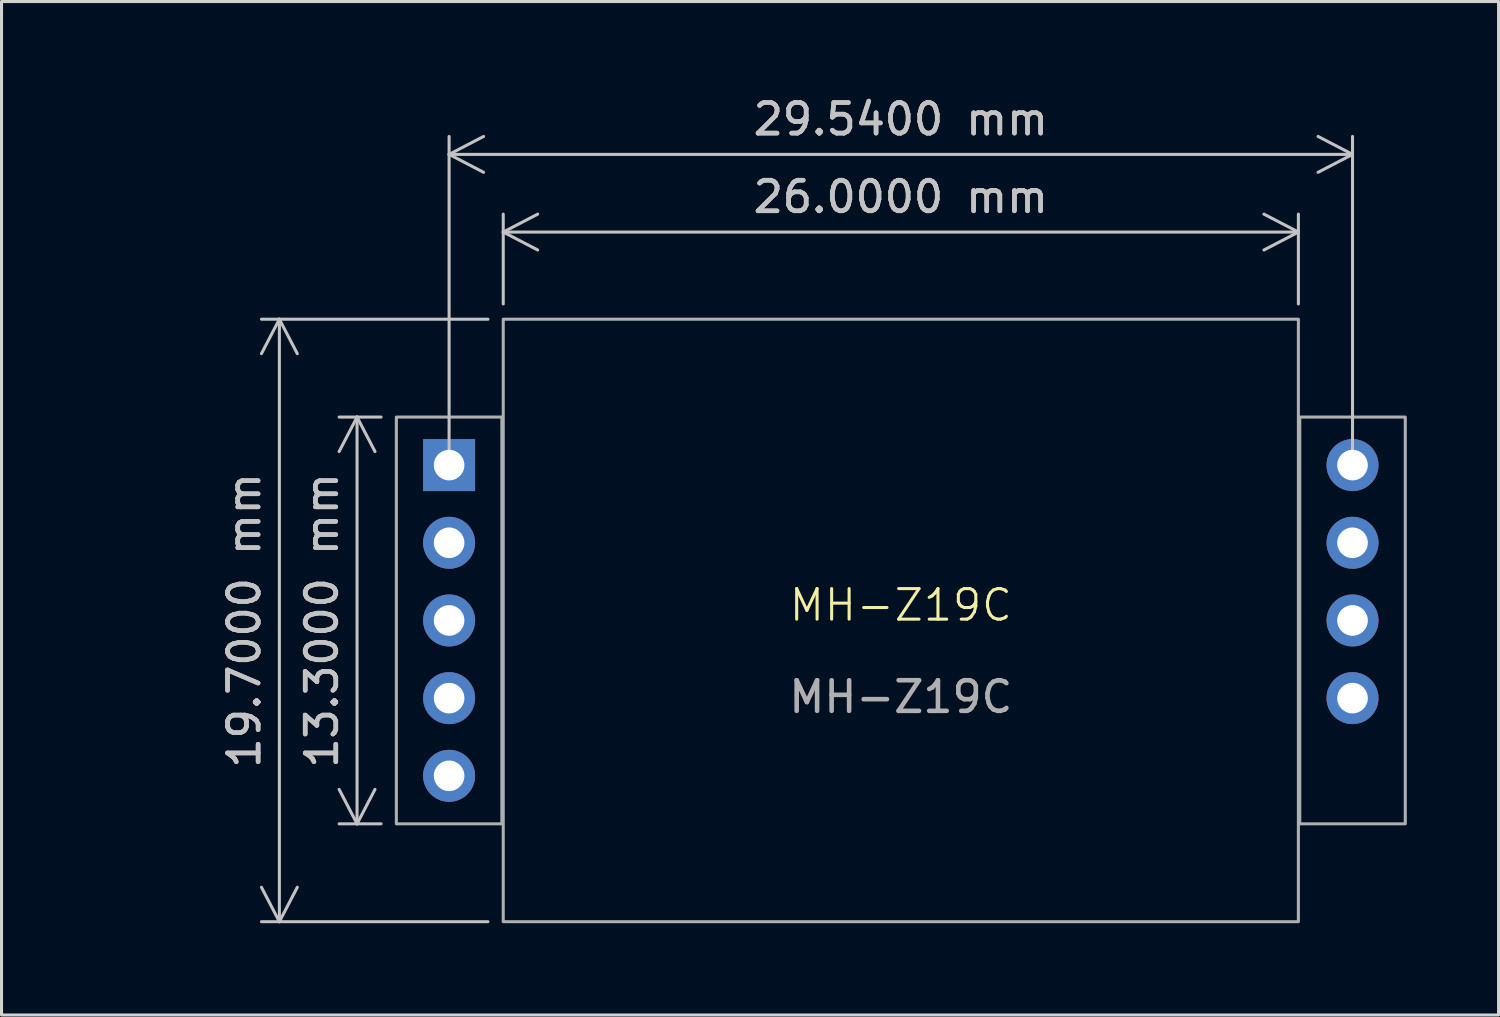
<source format=kicad_pcb>
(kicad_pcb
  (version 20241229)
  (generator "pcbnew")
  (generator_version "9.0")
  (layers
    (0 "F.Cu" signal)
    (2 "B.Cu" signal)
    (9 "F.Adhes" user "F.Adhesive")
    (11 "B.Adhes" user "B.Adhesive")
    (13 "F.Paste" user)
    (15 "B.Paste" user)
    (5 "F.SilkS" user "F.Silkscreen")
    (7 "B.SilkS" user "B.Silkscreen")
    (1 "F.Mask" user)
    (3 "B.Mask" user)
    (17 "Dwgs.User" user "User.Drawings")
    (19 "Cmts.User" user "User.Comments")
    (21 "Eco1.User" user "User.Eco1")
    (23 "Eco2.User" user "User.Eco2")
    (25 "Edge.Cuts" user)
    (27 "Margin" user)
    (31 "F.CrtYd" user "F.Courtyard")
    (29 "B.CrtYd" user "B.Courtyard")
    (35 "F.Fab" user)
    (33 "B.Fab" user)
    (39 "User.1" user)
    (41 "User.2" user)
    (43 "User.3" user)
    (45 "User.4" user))
  (footprint "MH-Z19C"
    (layer "F.Cu")
    (at 26.405 17.238)
    (property "Reference" "MH-Z19C" (at 0 -0.5 0) (unlocked yes) (layer "F.SilkS") (effects (font (size 1 1) (thickness 0.1))))
    (attr through_hole)
    (fp_rect (start -16.495 -6.65) (end -13.045 6.65) (stroke (width 0.1) (type default)) (fill no) (layer "F.Fab"))
    (fp_rect (start -13 -9.85) (end 13 9.85) (stroke (width 0.1) (type default)) (fill no) (layer "F.Fab"))
    (fp_rect (start 13.045 -6.65) (end 16.495 6.65) (stroke (width 0.1) (type default)) (fill no) (layer "F.Fab"))
    (fp_text user "${REFERENCE}" (at 0 2.5 0) (unlocked yes) (layer "F.Fab") (effects (font (size 1 1) (thickness 0.15))))
    (dimension (type aligned) (layer "Dwgs.User") (pts (xy 13.405 7.388) (xy 39.405 7.388)) (height -2.85) (format (prefix "") (suffix "") (units 3) (units_format 1) (precision 4)) (style (thickness 0.1) (arrow_length 1.27) (text_position_mode 0) (arrow_direction outward) (extension_height 0.586) (extension_offset 0.5) (keep_text_aligned yes)) (gr_text "26.0000 mm" (at 26.405 3.388 0) (layer "Dwgs.User") (effects (font (size 1 1) (thickness 0.15)))))
    (dimension (type aligned) (layer "Dwgs.User") (pts (xy 9.91 10.588) (xy 9.91 23.888)) (height 1.285) (format (prefix "") (suffix "") (units 3) (units_format 1) (precision 4)) (style (thickness 0.1) (arrow_length 1.27) (text_position_mode 0) (arrow_direction outward) (extension_height 0.586) (extension_offset 0.5) (keep_text_aligned yes)) (gr_text "13.3000 mm" (at 7.475 17.238 90) (layer "Dwgs.User") (effects (font (size 1 1) (thickness 0.15)))))
    (dimension (type aligned) (layer "Dwgs.User") (pts (xy 13.405 7.388) (xy 13.405 27.088)) (height 7.32) (format (prefix "") (suffix "") (units 3) (units_format 1) (precision 4)) (style (thickness 0.1) (arrow_length 1.27) (text_position_mode 0) (arrow_direction outward) (extension_height 0.586) (extension_offset 0.5) (keep_text_aligned yes)) (gr_text "19.7000 mm" (at 4.935 17.238 90) (layer "Dwgs.User") (effects (font (size 1 1) (thickness 0.15)))))
    (dimension (type aligned) (layer "Dwgs.User") (pts (xy 11.635 12.158) (xy 41.175 12.158)) (height -10.16) (format (prefix "") (suffix "") (units 3) (units_format 1) (precision 4)) (style (thickness 0.1) (arrow_length 1.27) (text_position_mode 0) (arrow_direction outward) (extension_height 0.586) (extension_offset 0.5) (keep_text_aligned yes)) (gr_text "29.5400 mm" (at 26.405 0.848 0) (layer "Dwgs.User") (effects (font (size 1 1) (thickness 0.15)))))
    (pad "1" thru_hole rect (at -14.77 -5.08) (size 1.7 1.7) (drill 1) (layers "*.Cu" "*.Mask"))
    (pad "2" thru_hole oval (at -14.77 -2.54) (size 1.7 1.7) (drill 1) (layers "*.Cu" "*.Mask"))
    (pad "3" thru_hole oval (at -14.77 0) (size 1.7 1.7) (drill 1) (layers "*.Cu" "*.Mask"))
    (pad "4" thru_hole oval (at -14.77 2.54) (size 1.7 1.7) (drill 1) (layers "*.Cu" "*.Mask"))
    (pad "5" thru_hole oval (at -14.77 5.08) (size 1.7 1.7) (drill 1) (layers "*.Cu" "*.Mask"))
    (pad "6" thru_hole oval (at 14.77 -5.08) (size 1.7 1.7) (drill 1) (layers "*.Cu" "*.Mask"))
    (pad "7" thru_hole oval (at 14.77 -2.54) (size 1.7 1.7) (drill 1) (layers "*.Cu" "*.Mask"))
    (pad "8" thru_hole oval (at 14.77 0) (size 1.7 1.7) (drill 1) (layers "*.Cu" "*.Mask"))
    (pad "9" thru_hole oval (at 14.77 2.54) (size 1.7 1.7) (drill 1) (layers "*.Cu" "*.Mask")))
  (gr_rect
    (start -3 -3)
    (end 45.95 30.138)
    (stroke (width 0.1) (type default))
    (fill no)
    (layer "Edge.Cuts")))
</source>
